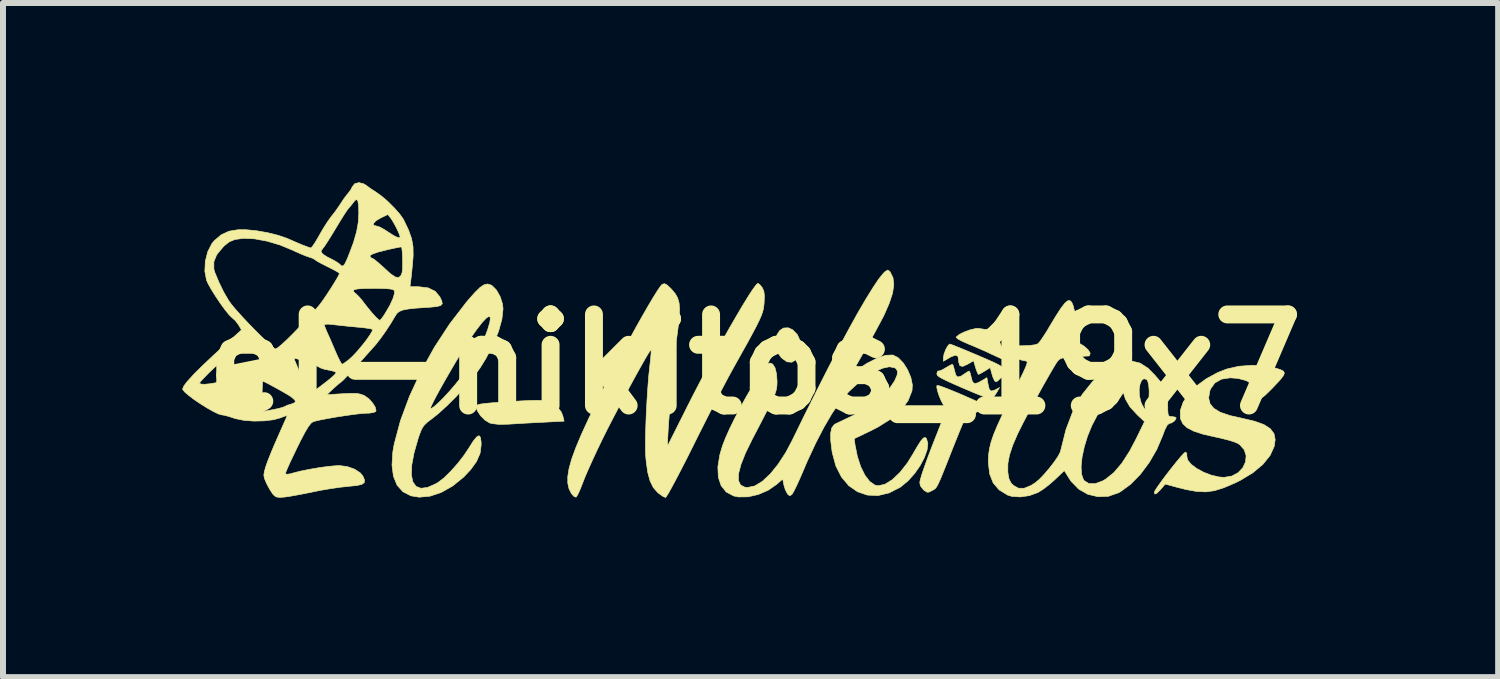
<source format=kicad_pcb>
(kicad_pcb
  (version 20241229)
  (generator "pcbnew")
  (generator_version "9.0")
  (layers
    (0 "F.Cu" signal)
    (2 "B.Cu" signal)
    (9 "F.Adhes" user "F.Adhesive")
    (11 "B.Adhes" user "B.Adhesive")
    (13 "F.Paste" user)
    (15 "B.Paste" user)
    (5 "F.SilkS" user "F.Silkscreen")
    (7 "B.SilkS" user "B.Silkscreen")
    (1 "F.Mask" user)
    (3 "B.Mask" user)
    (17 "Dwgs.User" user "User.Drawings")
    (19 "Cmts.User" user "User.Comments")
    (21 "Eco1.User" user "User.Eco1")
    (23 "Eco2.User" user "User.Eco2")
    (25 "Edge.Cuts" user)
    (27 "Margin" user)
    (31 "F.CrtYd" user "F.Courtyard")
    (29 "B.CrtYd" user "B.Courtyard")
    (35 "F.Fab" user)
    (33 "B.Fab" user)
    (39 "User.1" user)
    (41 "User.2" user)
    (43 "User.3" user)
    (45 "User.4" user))
  (footprint "el-nikitos_19x7"
    (layer "F.Cu")
    (at 9.572 3.045)
    (property "Reference" "el-nikitos_19x7" (at 0 0 0) (layer "F.SilkS") (effects (font (size 1.524 1.524) (thickness 0.3))))
    (attr through_hole)
    (fp_poly (pts (xy 0.638 -0.579) (xy 0.718 -0.497) (xy 0.766 -0.388) (xy 0.778 -0.269) (xy 0.753 -0.157) (xy 0.704 -0.083) (xy 0.626 -0.035) (xy 0.544 -0.042) (xy 0.455 -0.106) (xy 0.451 -0.109) (xy 0.386 -0.2) (xy 0.354 -0.301) (xy 0.352 -0.402) (xy 0.376 -0.493) (xy 0.422 -0.564) (xy 0.486 -0.607) (xy 0.565 -0.611) (xy 0.638 -0.579)) (stroke (width 0.01) (type solid)) (fill yes) (layer "F.SilkS"))
    (fp_poly (pts (xy 3.885 -0.58) (xy 4 -0.512) (xy 4.089 -0.396) (xy 4.108 -0.358) (xy 4.15 -0.255) (xy 4.173 -0.167) (xy 4.175 -0.107) (xy 4.156 -0.086) (xy 4.121 -0.099) (xy 4.052 -0.13) (xy 3.965 -0.17) (xy 3.852 -0.223) (xy 3.715 -0.283) (xy 3.583 -0.338) (xy 3.577 -0.341) (xy 3.48 -0.383) (xy 3.408 -0.422) (xy 3.375 -0.449) (xy 3.374 -0.455) (xy 3.422 -0.496) (xy 3.506 -0.539) (xy 3.605 -0.576) (xy 3.7 -0.598) (xy 3.739 -0.602) (xy 3.885 -0.58)) (stroke (width 0.01) (type solid)) (fill yes) (layer "F.SilkS"))
    (fp_poly (pts (xy -3.544 0.606) (xy -3.481 0.613) (xy -3.432 0.626) (xy -3.432 0.626) (xy -3.311 0.695) (xy -3.229 0.802) (xy -3.202 0.878) (xy -3.185 0.951) (xy -3.547 0.97) (xy -3.709 0.978) (xy -3.874 0.987) (xy -4.021 0.996) (xy -4.12 1.002) (xy -4.275 1.005) (xy -4.395 0.991) (xy -4.43 0.981) (xy -4.509 0.933) (xy -4.584 0.858) (xy -4.638 0.775) (xy -4.657 0.707) (xy -4.651 0.69) (xy -4.628 0.677) (xy -4.582 0.665) (xy -4.505 0.655) (xy -4.39 0.644) (xy -4.231 0.633) (xy -4.099 0.624) (xy -3.897 0.612) (xy -3.743 0.605) (xy -3.628 0.603) (xy -3.544 0.606)) (stroke (width 0.01) (type solid)) (fill yes) (layer "F.SilkS"))
    (fp_poly (pts (xy 3.299 -0.329) (xy 3.373 -0.3) (xy 3.482 -0.256) (xy 3.615 -0.2) (xy 3.732 -0.151) (xy 3.894 -0.081) (xy 4.012 -0.029) (xy 4.091 0.011) (xy 4.14 0.041) (xy 4.166 0.068) (xy 4.176 0.094) (xy 4.177 0.114) (xy 4.149 0.202) (xy 4.069 0.278) (xy 4.046 0.292) (xy 4.019 0.279) (xy 3.99 0.216) (xy 3.979 0.183) (xy 3.944 0.056) (xy 3.852 0.113) (xy 3.79 0.149) (xy 3.751 0.168) (xy 3.748 0.169) (xy 3.732 0.145) (xy 3.709 0.084) (xy 3.7 0.055) (xy 3.666 -0.06) (xy 3.564 -0.000168) (xy 3.485 0.035) (xy 3.438 0.024) (xy 3.418 -0.034) (xy 3.415 -0.076) (xy 3.403 -0.136) (xy 3.364 -0.153) (xy 3.293 -0.128) (xy 3.262 -0.11) (xy 3.161 -0.051) (xy 3.161 -0.112) (xy 3.172 -0.172) (xy 3.199 -0.244) (xy 3.233 -0.306) (xy 3.263 -0.338) (xy 3.267 -0.339) (xy 3.299 -0.329)) (stroke (width 0.01) (type solid)) (fill yes) (layer "F.SilkS"))
    (fp_poly (pts (xy 3.084 0.357) (xy 3.158 0.382) (xy 3.266 0.424) (xy 3.401 0.479) (xy 3.553 0.545) (xy 3.707 0.614) (xy 3.871 0.69) (xy 3.792 0.753) (xy 3.715 0.802) (xy 3.638 0.833) (xy 3.636 0.834) (xy 3.57 0.858) (xy 3.534 0.884) (xy 3.517 0.919) (xy 3.482 0.999) (xy 3.434 1.114) (xy 3.376 1.258) (xy 3.311 1.42) (xy 3.292 1.468) (xy 3.217 1.66) (xy 3.158 1.806) (xy 3.114 1.914) (xy 3.08 1.989) (xy 3.054 2.04) (xy 3.032 2.071) (xy 3.01 2.091) (xy 2.986 2.105) (xy 2.972 2.112) (xy 2.92 2.138) (xy 2.887 2.139) (xy 2.843 2.111) (xy 2.829 2.101) (xy 2.775 2.031) (xy 2.766 1.975) (xy 2.776 1.925) (xy 2.804 1.831) (xy 2.848 1.704) (xy 2.903 1.551) (xy 2.967 1.382) (xy 2.99 1.323) (xy 3.215 0.753) (xy 3.163 0.68) (xy 3.127 0.616) (xy 3.092 0.533) (xy 3.064 0.45) (xy 3.05 0.383) (xy 3.053 0.353) (xy 3.084 0.357)) (stroke (width 0.01) (type solid)) (fill yes) (layer "F.SilkS"))
    (fp_poly (pts (xy 3.327 0.025) (xy 3.343 0.085) (xy 3.346 0.099) (xy 3.369 0.182) (xy 3.403 0.213) (xy 3.458 0.197) (xy 3.497 0.171) (xy 3.555 0.132) (xy 3.59 0.113) (xy 3.592 0.113) (xy 3.606 0.137) (xy 3.622 0.198) (xy 3.625 0.211) (xy 3.647 0.292) (xy 3.681 0.323) (xy 3.74 0.309) (xy 3.791 0.281) (xy 3.889 0.223) (xy 3.909 0.337) (xy 3.928 0.417) (xy 3.958 0.447) (xy 4.011 0.435) (xy 4.042 0.42) (xy 4.101 0.388) (xy 4.047 0.481) (xy 4.005 0.543) (xy 3.97 0.579) (xy 3.965 0.581) (xy 3.929 0.574) (xy 3.853 0.548) (xy 3.75 0.507) (xy 3.655 0.468) (xy 3.46 0.385) (xy 3.312 0.32) (xy 3.204 0.27) (xy 3.13 0.233) (xy 3.084 0.205) (xy 3.06 0.182) (xy 3.052 0.162) (xy 3.053 0.149) (xy 3.067 0.113) (xy 3.077 0.112) (xy 3.107 0.108) (xy 3.166 0.079) (xy 3.192 0.063) (xy 3.259 0.024) (xy 3.304 0.002) (xy 3.311 0) (xy 3.327 0.025)) (stroke (width 0.01) (type solid)) (fill yes) (layer "F.SilkS"))
    (fp_poly (pts (xy 8.554 0.029) (xy 8.728 0.066) (xy 8.805 0.091) (xy 8.852 0.116) (xy 8.866 0.148) (xy 8.846 0.195) (xy 8.79 0.265) (xy 8.697 0.365) (xy 8.656 0.408) (xy 8.547 0.515) (xy 8.469 0.575) (xy 8.421 0.59) (xy 8.401 0.559) (xy 8.403 0.515) (xy 8.392 0.417) (xy 8.332 0.335) (xy 8.229 0.273) (xy 8.091 0.236) (xy 7.959 0.226) (xy 7.814 0.248) (xy 7.703 0.311) (xy 7.63 0.413) (xy 7.618 0.449) (xy 7.599 0.562) (xy 7.62 0.657) (xy 7.684 0.736) (xy 7.793 0.802) (xy 7.953 0.857) (xy 8.157 0.903) (xy 8.366 0.952) (xy 8.523 1.008) (xy 8.63 1.077) (xy 8.692 1.16) (xy 8.712 1.261) (xy 8.695 1.375) (xy 8.626 1.526) (xy 8.506 1.674) (xy 8.339 1.814) (xy 8.129 1.941) (xy 8.029 1.99) (xy 7.85 2.066) (xy 7.697 2.114) (xy 7.552 2.134) (xy 7.399 2.127) (xy 7.224 2.096) (xy 7.073 2.058) (xy 6.872 2.004) (xy 6.8 2.089) (xy 6.736 2.154) (xy 6.7 2.171) (xy 6.689 2.143) (xy 6.705 2.108) (xy 6.75 2.04) (xy 6.815 1.949) (xy 6.893 1.845) (xy 6.976 1.738) (xy 7.057 1.636) (xy 7.128 1.551) (xy 7.182 1.492) (xy 7.211 1.468) (xy 7.212 1.468) (xy 7.234 1.491) (xy 7.233 1.533) (xy 7.247 1.6) (xy 7.305 1.672) (xy 7.398 1.742) (xy 7.514 1.805) (xy 7.643 1.855) (xy 7.775 1.885) (xy 7.857 1.891) (xy 7.986 1.87) (xy 8.092 1.813) (xy 8.17 1.731) (xy 8.216 1.634) (xy 8.226 1.53) (xy 8.195 1.431) (xy 8.121 1.346) (xy 8.086 1.323) (xy 8.022 1.296) (xy 7.919 1.265) (xy 7.794 1.234) (xy 7.711 1.216) (xy 7.505 1.169) (xy 7.349 1.118) (xy 7.238 1.061) (xy 7.167 0.994) (xy 7.129 0.914) (xy 7.126 0.903) (xy 7.125 0.771) (xy 7.173 0.633) (xy 7.265 0.495) (xy 7.396 0.362) (xy 7.559 0.242) (xy 7.748 0.139) (xy 7.897 0.08) (xy 8.101 0.033) (xy 8.328 0.016) (xy 8.554 0.029)) (stroke (width 0.01) (type solid)) (fill yes) (layer "F.SilkS"))
    (fp_poly (pts (xy -4.409 -1.327) (xy -4.387 -1.314) (xy -4.316 -1.242) (xy -4.255 -1.134) (xy -4.216 -1.013) (xy -4.206 -0.93) (xy -4.225 -0.755) (xy -4.281 -0.552) (xy -4.372 -0.33) (xy -4.492 -0.099) (xy -4.588 0.057) (xy -4.694 0.202) (xy -4.83 0.365) (xy -4.983 0.532) (xy -5.141 0.69) (xy -5.289 0.825) (xy -5.387 0.903) (xy -5.474 0.969) (xy -5.531 1.025) (xy -5.571 1.09) (xy -5.607 1.183) (xy -5.626 1.24) (xy -5.695 1.481) (xy -5.733 1.683) (xy -5.74 1.845) (xy -5.716 1.965) (xy -5.662 2.042) (xy -5.58 2.074) (xy -5.469 2.06) (xy -5.33 1.998) (xy -5.293 1.976) (xy -5.196 1.902) (xy -5.084 1.793) (xy -4.967 1.662) (xy -4.859 1.523) (xy -4.781 1.406) (xy -4.704 1.284) (xy -4.646 1.214) (xy -4.607 1.194) (xy -4.583 1.224) (xy -4.573 1.304) (xy -4.572 1.347) (xy -4.59 1.488) (xy -4.649 1.625) (xy -4.752 1.767) (xy -4.867 1.888) (xy -5.048 2.035) (xy -5.237 2.142) (xy -5.427 2.206) (xy -5.609 2.223) (xy -5.748 2.2) (xy -5.881 2.132) (xy -5.979 2.022) (xy -6.04 1.872) (xy -6.064 1.686) (xy -6.05 1.465) (xy -6.027 1.335) (xy -5.922 0.942) (xy -5.844 0.732) (xy -5.419 0.732) (xy -5.402 0.737) (xy -5.356 0.705) (xy -5.287 0.644) (xy -5.203 0.56) (xy -5.111 0.461) (xy -5.018 0.354) (xy -4.93 0.245) (xy -4.912 0.222) (xy -4.751 -0.01) (xy -4.612 -0.247) (xy -4.503 -0.474) (xy -4.461 -0.587) (xy -4.426 -0.708) (xy -4.418 -0.78) (xy -4.437 -0.803) (xy -4.481 -0.779) (xy -4.551 -0.706) (xy -4.644 -0.587) (xy -4.741 -0.45) (xy -4.811 -0.343) (xy -4.893 -0.212) (xy -4.983 -0.065) (xy -5.075 0.091) (xy -5.165 0.247) (xy -5.248 0.394) (xy -5.32 0.525) (xy -5.375 0.631) (xy -5.41 0.704) (xy -5.419 0.732) (xy -5.844 0.732) (xy -5.771 0.535) (xy -5.58 0.122) (xy -5.355 -0.284) (xy -5.1 -0.674) (xy -4.821 -1.037) (xy -4.782 -1.083) (xy -4.673 -1.206) (xy -4.588 -1.288) (xy -4.521 -1.332) (xy -4.464 -1.344) (xy -4.409 -1.327)) (stroke (width 0.01) (type solid)) (fill yes) (layer "F.SilkS"))
    (fp_poly (pts (xy 0.09 -1.333) (xy 0.13 -1.283) (xy 0.157 -1.224) (xy 0.167 -1.145) (xy 0.162 -1.031) (xy 0.157 -0.977) (xy 0.149 -0.925) (xy 0.135 -0.872) (xy 0.113 -0.81) (xy 0.079 -0.734) (xy 0.032 -0.638) (xy -0.032 -0.517) (xy -0.115 -0.364) (xy -0.221 -0.175) (xy -0.351 0.058) (xy -0.366 0.085) (xy -0.436 0.213) (xy -0.526 0.383) (xy -0.631 0.583) (xy -0.744 0.803) (xy -0.861 1.034) (xy -0.977 1.265) (xy -1.024 1.36) (xy -1.126 1.564) (xy -1.222 1.751) (xy -1.307 1.915) (xy -1.38 2.051) (xy -1.436 2.152) (xy -1.474 2.212) (xy -1.488 2.228) (xy -1.528 2.212) (xy -1.59 2.168) (xy -1.622 2.142) (xy -1.693 2.06) (xy -1.746 1.952) (xy -1.785 1.809) (xy -1.811 1.623) (xy -1.82 1.524) (xy -1.824 1.404) (xy -1.823 1.241) (xy -1.818 1.046) (xy -1.81 0.831) (xy -1.798 0.608) (xy -1.784 0.391) (xy -1.768 0.19) (xy -1.75 0.019) (xy -1.748 0.004) (xy -1.736 -0.105) (xy -1.729 -0.19) (xy -1.729 -0.238) (xy -1.73 -0.244) (xy -1.747 -0.225) (xy -1.787 -0.162) (xy -1.845 -0.063) (xy -1.918 0.067) (xy -2.003 0.22) (xy -2.095 0.39) (xy -2.192 0.57) (xy -2.289 0.754) (xy -2.383 0.934) (xy -2.471 1.105) (xy -2.548 1.26) (xy -2.55 1.264) (xy -2.632 1.435) (xy -2.712 1.607) (xy -2.784 1.767) (xy -2.841 1.9) (xy -2.873 1.983) (xy -2.914 2.088) (xy -2.951 2.17) (xy -2.979 2.217) (xy -2.986 2.223) (xy -3.021 2.209) (xy -3.061 2.164) (xy -3.102 2.083) (xy -3.123 1.989) (xy -3.123 1.878) (xy -3.102 1.745) (xy -3.058 1.586) (xy -2.989 1.397) (xy -2.895 1.173) (xy -2.775 0.911) (xy -2.626 0.606) (xy -2.592 0.536) (xy -2.474 0.305) (xy -2.352 0.068) (xy -2.227 -0.167) (xy -2.104 -0.396) (xy -1.985 -0.613) (xy -1.873 -0.812) (xy -1.772 -0.987) (xy -1.685 -1.133) (xy -1.615 -1.244) (xy -1.565 -1.315) (xy -1.543 -1.338) (xy -1.507 -1.349) (xy -1.466 -1.331) (xy -1.408 -1.277) (xy -1.384 -1.252) (xy -1.326 -1.183) (xy -1.285 -1.111) (xy -1.261 -1.027) (xy -1.253 -0.922) (xy -1.259 -0.786) (xy -1.278 -0.61) (xy -1.295 -0.48) (xy -1.312 -0.348) (xy -1.331 -0.186) (xy -1.35 -0.003) (xy -1.369 0.195) (xy -1.388 0.399) (xy -1.406 0.601) (xy -1.421 0.794) (xy -1.435 0.971) (xy -1.445 1.123) (xy -1.451 1.242) (xy -1.453 1.322) (xy -1.45 1.354) (xy -1.449 1.355) (xy -1.436 1.331) (xy -1.402 1.263) (xy -1.349 1.158) (xy -1.282 1.024) (xy -1.203 0.867) (xy -1.147 0.755) (xy -1.036 0.535) (xy -0.917 0.306) (xy -0.793 0.072) (xy -0.667 -0.162) (xy -0.541 -0.389) (xy -0.42 -0.604) (xy -0.305 -0.802) (xy -0.201 -0.979) (xy -0.11 -1.127) (xy -0.035 -1.243) (xy 0.021 -1.32) (xy 0.054 -1.354) (xy 0.058 -1.355) (xy 0.09 -1.333)) (stroke (width 0.01) (type solid)) (fill yes) (layer "F.SilkS"))
    (fp_poly (pts (xy 2.262 -1.556) (xy 2.273 -1.541) (xy 2.318 -1.448) (xy 2.331 -1.333) (xy 2.311 -1.191) (xy 2.255 -1.021) (xy 2.165 -0.816) (xy 2.037 -0.575) (xy 2.016 -0.536) (xy 1.933 -0.389) (xy 1.852 -0.246) (xy 1.781 -0.12) (xy 1.727 -0.024) (xy 1.713 0) (xy 1.667 0.083) (xy 1.647 0.125) (xy 1.653 0.133) (xy 1.683 0.114) (xy 1.694 0.106) (xy 1.885 -0.018) (xy 2.054 -0.104) (xy 2.196 -0.151) (xy 2.308 -0.156) (xy 2.317 -0.155) (xy 2.405 -0.11) (xy 2.49 -0.023) (xy 2.562 0.091) (xy 2.616 0.218) (xy 2.642 0.344) (xy 2.636 0.442) (xy 2.57 0.609) (xy 2.454 0.765) (xy 2.286 0.912) (xy 2.065 1.05) (xy 1.928 1.12) (xy 1.669 1.244) (xy 1.683 1.348) (xy 1.722 1.542) (xy 1.778 1.714) (xy 1.848 1.855) (xy 1.928 1.96) (xy 2.014 2.02) (xy 2.072 2.032) (xy 2.185 2.006) (xy 2.307 1.93) (xy 2.433 1.81) (xy 2.558 1.652) (xy 2.653 1.498) (xy 2.729 1.367) (xy 2.785 1.28) (xy 2.826 1.234) (xy 2.855 1.224) (xy 2.878 1.242) (xy 2.901 1.324) (xy 2.888 1.434) (xy 2.842 1.561) (xy 2.771 1.696) (xy 2.678 1.829) (xy 2.57 1.949) (xy 2.452 2.047) (xy 2.441 2.055) (xy 2.252 2.152) (xy 2.066 2.196) (xy 1.889 2.188) (xy 1.725 2.132) (xy 1.579 2.031) (xy 1.456 1.886) (xy 1.362 1.701) (xy 1.302 1.478) (xy 1.297 1.449) (xy 1.276 1.276) (xy 1.275 1.151) (xy 1.293 1.065) (xy 1.332 1.012) (xy 1.355 0.997) (xy 1.411 0.97) (xy 1.503 0.926) (xy 1.614 0.873) (xy 1.67 0.846) (xy 1.839 0.753) (xy 2.002 0.64) (xy 2.149 0.515) (xy 2.268 0.391) (xy 2.344 0.28) (xy 2.387 0.181) (xy 2.394 0.116) (xy 2.367 0.072) (xy 2.343 0.057) (xy 2.257 0.041) (xy 2.145 0.065) (xy 2.013 0.123) (xy 1.87 0.211) (xy 1.723 0.324) (xy 1.58 0.456) (xy 1.45 0.603) (xy 1.427 0.633) (xy 1.3 0.818) (xy 1.164 1.05) (xy 1.024 1.32) (xy 0.884 1.621) (xy 0.817 1.778) (xy 0.759 1.912) (xy 0.706 2.029) (xy 0.662 2.118) (xy 0.633 2.168) (xy 0.629 2.173) (xy 0.595 2.199) (xy 0.564 2.181) (xy 0.549 2.161) (xy 0.515 2.095) (xy 0.491 2.013) (xy 0.473 1.919) (xy 0.372 2.008) (xy 0.229 2.107) (xy 0.064 2.178) (xy -0.107 2.217) (xy -0.268 2.219) (xy -0.349 2.202) (xy -0.472 2.136) (xy -0.557 2.031) (xy -0.604 1.89) (xy -0.612 1.716) (xy -0.579 1.513) (xy -0.536 1.367) (xy -0.485 1.235) (xy -0.417 1.082) (xy -0.335 0.914) (xy -0.245 0.739) (xy -0.15 0.566) (xy -0.055 0.401) (xy 0.036 0.253) (xy 0.118 0.13) (xy 0.187 0.038) (xy 0.238 -0.014) (xy 0.256 -0.022) (xy 0.304 -0.005) (xy 0.344 0.058) (xy 0.369 0.157) (xy 0.378 0.282) (xy 0.378 0.288) (xy 0.377 0.338) (xy 0.373 0.382) (xy 0.365 0.427) (xy 0.349 0.479) (xy 0.323 0.544) (xy 0.284 0.629) (xy 0.229 0.74) (xy 0.155 0.884) (xy 0.061 1.066) (xy -0.034 1.247) (xy -0.149 1.482) (xy -0.226 1.676) (xy -0.266 1.83) (xy -0.268 1.943) (xy -0.233 2.019) (xy -0.16 2.056) (xy -0.111 2.06) (xy 0.007 2.034) (xy 0.133 1.957) (xy 0.265 1.834) (xy 0.397 1.671) (xy 0.527 1.471) (xy 0.635 1.266) (xy 0.844 0.838) (xy 1.045 0.435) (xy 1.235 0.061) (xy 1.413 -0.281) (xy 1.579 -0.589) (xy 1.729 -0.86) (xy 1.864 -1.091) (xy 1.981 -1.28) (xy 2.078 -1.425) (xy 2.156 -1.522) (xy 2.187 -1.552) (xy 2.229 -1.577) (xy 2.262 -1.556)) (stroke (width 0.01) (type solid)) (fill yes) (layer "F.SilkS"))
    (fp_poly (pts (xy 5.307 -1.039) (xy 5.331 -0.984) (xy 5.357 -0.88) (xy 5.357 -0.774) (xy 5.332 -0.645) (xy 5.309 -0.569) (xy 5.257 -0.4) (xy 5.351 -0.382) (xy 5.432 -0.354) (xy 5.514 -0.304) (xy 5.58 -0.246) (xy 5.615 -0.192) (xy 5.616 -0.181) (xy 5.604 -0.144) (xy 5.595 -0.14) (xy 5.559 -0.138) (xy 5.481 -0.134) (xy 5.377 -0.128) (xy 5.348 -0.127) (xy 5.229 -0.119) (xy 5.152 -0.106) (xy 5.103 -0.084) (xy 5.075 -0.057) (xy 5.04 -0.006) (xy 4.985 0.086) (xy 4.914 0.209) (xy 4.831 0.355) (xy 4.743 0.514) (xy 4.654 0.678) (xy 4.569 0.837) (xy 4.494 0.981) (xy 4.433 1.103) (xy 4.405 1.159) (xy 4.32 1.355) (xy 4.267 1.517) (xy 4.24 1.659) (xy 4.239 1.792) (xy 4.24 1.812) (xy 4.258 1.915) (xy 4.292 1.984) (xy 4.333 2.026) (xy 4.417 2.073) (xy 4.512 2.074) (xy 4.625 2.028) (xy 4.699 1.981) (xy 4.768 1.923) (xy 4.851 1.836) (xy 4.938 1.734) (xy 4.956 1.71) (xy 5.465 1.71) (xy 5.472 1.838) (xy 5.504 1.929) (xy 5.516 1.946) (xy 5.596 1.995) (xy 5.701 1.997) (xy 5.825 1.951) (xy 5.877 1.921) (xy 6.014 1.811) (xy 6.147 1.655) (xy 6.278 1.451) (xy 6.384 1.25) (xy 6.526 0.959) (xy 6.399 0.839) (xy 6.282 0.711) (xy 6.207 0.583) (xy 6.166 0.452) (xy 6.159 0.416) (xy 6.437 0.416) (xy 6.439 0.514) (xy 6.46 0.613) (xy 6.48 0.666) (xy 6.521 0.738) (xy 6.552 0.756) (xy 6.575 0.72) (xy 6.586 0.674) (xy 6.601 0.562) (xy 6.604 0.447) (xy 6.596 0.346) (xy 6.578 0.276) (xy 6.565 0.256) (xy 6.517 0.24) (xy 6.478 0.268) (xy 6.451 0.331) (xy 6.437 0.416) (xy 6.159 0.416) (xy 6.145 0.353) (xy 5.986 0.526) (xy 5.895 0.633) (xy 5.805 0.75) (xy 5.736 0.853) (xy 5.733 0.857) (xy 5.646 1.023) (xy 5.573 1.201) (xy 5.518 1.381) (xy 5.481 1.554) (xy 5.465 1.71) (xy 4.956 1.71) (xy 5.018 1.63) (xy 5.081 1.537) (xy 5.117 1.467) (xy 5.121 1.453) (xy 5.212 1.091) (xy 5.332 0.775) (xy 5.482 0.506) (xy 5.66 0.285) (xy 5.867 0.111) (xy 6.002 0.033) (xy 6.169 -0.034) (xy 6.317 -0.053) (xy 6.452 -0.02) (xy 6.584 0.065) (xy 6.696 0.178) (xy 6.791 0.289) (xy 6.853 0.374) (xy 6.89 0.448) (xy 6.908 0.527) (xy 6.914 0.625) (xy 6.914 0.675) (xy 6.915 0.779) (xy 6.921 0.839) (xy 6.937 0.867) (xy 6.965 0.874) (xy 6.985 0.875) (xy 7.038 0.883) (xy 7.056 0.897) (xy 7.032 0.943) (xy 6.981 0.979) (xy 6.943 0.988) (xy 6.907 1.015) (xy 6.865 1.096) (xy 6.831 1.188) (xy 6.733 1.42) (xy 6.605 1.642) (xy 6.456 1.841) (xy 6.292 2.008) (xy 6.124 2.131) (xy 6.093 2.148) (xy 5.922 2.208) (xy 5.747 2.215) (xy 5.578 2.175) (xy 5.425 2.088) (xy 5.298 1.958) (xy 5.27 1.916) (xy 5.184 1.778) (xy 5.025 1.93) (xy 4.929 2.014) (xy 4.828 2.091) (xy 4.745 2.143) (xy 4.744 2.144) (xy 4.598 2.197) (xy 4.445 2.219) (xy 4.303 2.209) (xy 4.234 2.187) (xy 4.093 2.1) (xy 3.994 1.984) (xy 3.935 1.834) (xy 3.913 1.644) (xy 3.913 1.609) (xy 3.918 1.51) (xy 3.932 1.411) (xy 3.958 1.304) (xy 3.999 1.182) (xy 4.058 1.039) (xy 4.137 0.866) (xy 4.238 0.657) (xy 4.344 0.444) (xy 4.43 0.273) (xy 4.493 0.146) (xy 4.534 0.056) (xy 4.557 -0.003) (xy 4.563 -0.037) (xy 4.555 -0.053) (xy 4.537 -0.056) (xy 4.468 -0.07) (xy 4.381 -0.104) (xy 4.298 -0.148) (xy 4.238 -0.193) (xy 4.222 -0.216) (xy 4.214 -0.259) (xy 4.234 -0.287) (xy 4.292 -0.303) (xy 4.393 -0.31) (xy 4.469 -0.31) (xy 4.603 -0.315) (xy 4.7 -0.328) (xy 4.746 -0.346) (xy 4.778 -0.384) (xy 4.83 -0.459) (xy 4.894 -0.559) (xy 4.939 -0.635) (xy 5.044 -0.809) (xy 5.126 -0.936) (xy 5.19 -1.019) (xy 5.239 -1.062) (xy 5.277 -1.067) (xy 5.307 -1.039)) (stroke (width 0.01) (type solid)) (fill yes) (layer "F.SilkS"))
    (fp_poly (pts (xy -6.537 -3.02) (xy -6.496 -2.994) (xy -6.414 -2.934) (xy -6.337 -2.885) (xy -6.243 -2.818) (xy -6.134 -2.725) (xy -6.027 -2.618) (xy -5.935 -2.514) (xy -5.873 -2.426) (xy -5.869 -2.418) (xy -5.787 -2.247) (xy -5.736 -2.103) (xy -5.712 -1.967) (xy -5.71 -1.823) (xy -5.712 -1.784) (xy -5.723 -1.656) (xy -5.735 -1.53) (xy -5.746 -1.432) (xy -5.763 -1.298) (xy -5.618 -1.298) (xy -5.459 -1.279) (xy -5.34 -1.221) (xy -5.264 -1.13) (xy -5.231 -1.061) (xy -5.223 -1.014) (xy -5.247 -0.985) (xy -5.309 -0.967) (xy -5.417 -0.956) (xy -5.496 -0.951) (xy -5.669 -0.939) (xy -5.795 -0.925) (xy -5.883 -0.908) (xy -5.942 -0.884) (xy -5.981 -0.852) (xy -6.008 -0.812) (xy -6.08 -0.691) (xy -6.166 -0.559) (xy -6.253 -0.436) (xy -6.327 -0.341) (xy -6.333 -0.333) (xy -6.471 -0.178) (xy -6.599 -0.035) (xy -6.713 0.089) (xy -6.806 0.189) (xy -6.874 0.259) (xy -6.911 0.293) (xy -6.912 0.293) (xy -6.956 0.327) (xy -7.021 0.384) (xy -7.053 0.413) (xy -7.154 0.508) (xy -6.886 0.492) (xy -6.752 0.486) (xy -6.658 0.487) (xy -6.591 0.499) (xy -6.534 0.52) (xy -6.52 0.527) (xy -6.45 0.578) (xy -6.388 0.647) (xy -6.344 0.717) (xy -6.331 0.775) (xy -6.335 0.789) (xy -6.372 0.806) (xy -6.445 0.817) (xy -6.489 0.818) (xy -6.572 0.823) (xy -6.692 0.837) (xy -6.835 0.857) (xy -6.987 0.88) (xy -7.134 0.906) (xy -7.261 0.93) (xy -7.354 0.952) (xy -7.386 0.962) (xy -7.421 0.988) (xy -7.465 1.045) (xy -7.521 1.139) (xy -7.593 1.276) (xy -7.649 1.389) (xy -7.716 1.529) (xy -7.774 1.651) (xy -7.817 1.748) (xy -7.842 1.809) (xy -7.846 1.824) (xy -7.829 1.84) (xy -7.774 1.834) (xy -7.712 1.817) (xy -7.591 1.786) (xy -7.44 1.756) (xy -7.277 1.728) (xy -7.121 1.707) (xy -6.991 1.696) (xy -6.943 1.694) (xy -6.812 1.711) (xy -6.69 1.754) (xy -6.594 1.817) (xy -6.551 1.87) (xy -6.524 1.934) (xy -6.528 1.979) (xy -6.569 2.009) (xy -6.653 2.028) (xy -6.787 2.041) (xy -6.792 2.042) (xy -6.926 2.056) (xy -7.091 2.08) (xy -7.263 2.109) (xy -7.38 2.133) (xy -7.527 2.163) (xy -7.67 2.19) (xy -7.789 2.211) (xy -7.862 2.221) (xy -7.951 2.227) (xy -8.005 2.217) (xy -8.044 2.186) (xy -8.061 2.166) (xy -8.108 2.095) (xy -8.157 2.004) (xy -8.169 1.978) (xy -8.198 1.908) (xy -8.208 1.855) (xy -8.199 1.793) (xy -8.173 1.703) (xy -8.142 1.616) (xy -8.093 1.493) (xy -8.034 1.352) (xy -7.971 1.208) (xy -7.97 1.206) (xy -7.914 1.079) (xy -7.867 0.973) (xy -7.833 0.896) (xy -7.818 0.859) (xy -7.818 0.857) (xy -7.841 0.862) (xy -7.898 0.883) (xy -7.922 0.893) (xy -8.044 0.927) (xy -8.201 0.946) (xy -8.373 0.95) (xy -8.538 0.938) (xy -8.677 0.91) (xy -8.701 0.903) (xy -8.795 0.872) (xy -8.872 0.852) (xy -8.907 0.847) (xy -8.964 0.832) (xy -9.05 0.791) (xy -9.155 0.732) (xy -9.264 0.663) (xy -8.843 0.663) (xy -8.833 0.708) (xy -8.794 0.734) (xy -8.716 0.752) (xy -8.639 0.762) (xy -8.527 0.777) (xy -8.459 0.784) (xy -8.424 0.785) (xy -8.412 0.779) (xy -8.41 0.767) (xy -8.41 0.766) (xy -8.43 0.737) (xy -8.483 0.685) (xy -8.526 0.648) (xy -8.239 0.648) (xy -8.237 0.735) (xy -8.234 0.784) (xy -8.232 0.79) (xy -8.202 0.786) (xy -8.132 0.773) (xy -8.056 0.759) (xy -7.961 0.739) (xy -7.889 0.719) (xy -7.86 0.707) (xy -7.813 0.684) (xy -7.754 0.667) (xy -7.698 0.645) (xy -7.676 0.622) (xy -7.697 0.59) (xy -7.748 0.546) (xy -7.754 0.541) (xy -7.805 0.509) (xy -7.884 0.463) (xy -7.978 0.41) (xy -8.072 0.359) (xy -8.154 0.315) (xy -8.21 0.288) (xy -8.226 0.282) (xy -8.23 0.308) (xy -8.234 0.378) (xy -8.237 0.48) (xy -8.238 0.536) (xy -8.239 0.648) (xy -8.526 0.648) (xy -8.544 0.632) (xy -8.654 0.542) (xy -8.728 0.485) (xy -8.774 0.461) (xy -8.801 0.469) (xy -8.817 0.507) (xy -8.83 0.574) (xy -8.833 0.592) (xy -8.843 0.663) (xy -9.264 0.663) (xy -9.266 0.662) (xy -9.375 0.589) (xy -9.468 0.518) (xy -9.536 0.459) (xy -9.567 0.418) (xy -9.567 0.413) (xy -9.545 0.361) (xy -9.511 0.316) (xy -9.285 0.316) (xy -9.26 0.331) (xy -9.196 0.334) (xy -9.107 0.325) (xy -9.008 0.308) (xy -8.915 0.283) (xy -8.864 0.265) (xy -8.708 0.195) (xy -8.587 0.138) (xy -8.487 0.084) (xy -8.39 0.026) (xy -8.317 -0.022) (xy -8.2 -0.1) (xy -7.699 -0.1) (xy -7.694 -0.071) (xy -7.67 -0.014) (xy -7.668 -0.01) (xy -7.632 0.077) (xy -7.606 0.168) (xy -7.585 0.248) (xy -7.563 0.307) (xy -7.562 0.31) (xy -7.539 0.37) (xy -7.522 0.43) (xy -7.501 0.487) (xy -7.476 0.508) (xy -7.44 0.492) (xy -7.373 0.45) (xy -7.29 0.39) (xy -7.284 0.385) (xy -7.157 0.288) (xy -7.071 0.218) (xy -7.021 0.171) (xy -7 0.143) (xy -6.999 0.137) (xy -7.024 0.121) (xy -7.087 0.104) (xy -7.119 0.098) (xy -7.2 0.081) (xy -7.258 0.061) (xy -7.268 0.055) (xy -7.308 0.034) (xy -7.38 0.003) (xy -7.471 -0.031) (xy -7.563 -0.063) (xy -7.641 -0.088) (xy -7.69 -0.101) (xy -7.699 -0.1) (xy -8.2 -0.1) (xy -8.125 -0.15) (xy -8.245 -0.272) (xy -8.335 -0.357) (xy -8.404 -0.401) (xy -8.465 -0.407) (xy -8.533 -0.379) (xy -8.57 -0.355) (xy -8.633 -0.308) (xy -8.719 -0.235) (xy -8.82 -0.145) (xy -8.928 -0.046) (xy -9.035 0.054) (xy -9.133 0.148) (xy -9.212 0.229) (xy -9.266 0.287) (xy -9.285 0.316) (xy -9.511 0.316) (xy -9.48 0.277) (xy -9.373 0.16) (xy -9.225 0.014) (xy -9.039 -0.162) (xy -8.909 -0.28) (xy -8.582 -0.575) (xy -8.63 -0.658) (xy -8.684 -0.73) (xy -8.743 -0.783) (xy -8.79 -0.829) (xy -8.856 -0.911) (xy -8.933 -1.016) (xy -9.011 -1.132) (xy -9.082 -1.245) (xy -9.138 -1.344) (xy -9.167 -1.408) (xy -9.195 -1.558) (xy -9.193 -1.593) (xy -9.044 -1.593) (xy -9.029 -1.54) (xy -8.958 -1.37) (xy -8.879 -1.208) (xy -8.799 -1.071) (xy -8.75 -1.002) (xy -8.678 -0.916) (xy -8.585 -0.813) (xy -8.48 -0.7) (xy -8.37 -0.586) (xy -8.262 -0.478) (xy -8.165 -0.384) (xy -8.085 -0.31) (xy -8.031 -0.266) (xy -8.012 -0.257) (xy -7.978 -0.275) (xy -7.913 -0.328) (xy -7.825 -0.409) (xy -7.723 -0.51) (xy -7.659 -0.576) (xy -7.578 -0.662) (xy -7.197 -0.662) (xy -7.186 -0.625) (xy -7.158 -0.555) (xy -7.138 -0.51) (xy -7.098 -0.422) (xy -7.066 -0.348) (xy -7.056 -0.325) (xy -7.006 -0.206) (xy -6.96 -0.105) (xy -6.923 -0.033) (xy -6.901 -0.001) (xy -6.899 0) (xy -6.869 -0.016) (xy -6.812 -0.057) (xy -6.777 -0.085) (xy -6.715 -0.143) (xy -6.641 -0.223) (xy -6.564 -0.314) (xy -6.492 -0.406) (xy -6.434 -0.489) (xy -6.396 -0.552) (xy -6.388 -0.584) (xy -6.389 -0.584) (xy -6.423 -0.595) (xy -6.5 -0.607) (xy -6.606 -0.619) (xy -6.654 -0.623) (xy -6.789 -0.636) (xy -6.923 -0.65) (xy -7.032 -0.662) (xy -7.048 -0.665) (xy -7.131 -0.672) (xy -7.185 -0.669) (xy -7.197 -0.662) (xy -7.578 -0.662) (xy -7.546 -0.696) (xy -7.439 -0.81) (xy -7.35 -0.91) (xy -7.285 -0.983) (xy -7.267 -1.006) (xy -7.216 -1.076) (xy -7.154 -1.167) (xy -7.114 -1.228) (xy -6.712 -1.228) (xy -6.69 -1.198) (xy -6.666 -1.18) (xy -6.62 -1.135) (xy -6.56 -1.065) (xy -6.534 -1.03) (xy -6.467 -0.944) (xy -6.397 -0.86) (xy -6.333 -0.789) (xy -6.285 -0.745) (xy -6.267 -0.735) (xy -6.244 -0.757) (xy -6.203 -0.813) (xy -6.174 -0.859) (xy -6.101 -0.984) (xy -6.049 -1.096) (xy -6.022 -1.184) (xy -6.023 -1.231) (xy -6.043 -1.248) (xy -6.091 -1.26) (xy -6.177 -1.267) (xy -6.308 -1.27) (xy -6.377 -1.27) (xy -6.534 -1.268) (xy -6.639 -1.261) (xy -6.696 -1.249) (xy -6.712 -1.228) (xy -7.114 -1.228) (xy -7.088 -1.268) (xy -7.027 -1.366) (xy -6.977 -1.449) (xy -6.948 -1.505) (xy -6.943 -1.52) (xy -6.966 -1.54) (xy -7.029 -1.576) (xy -7.118 -1.622) (xy -7.141 -1.633) (xy -7.236 -1.681) (xy -7.31 -1.721) (xy -7.349 -1.747) (xy -7.352 -1.75) (xy -7.387 -1.772) (xy -7.443 -1.791) (xy -7.507 -1.813) (xy -7.601 -1.852) (xy -7.693 -1.894) (xy -7.253 -1.894) (xy -7.226 -1.847) (xy -7.145 -1.794) (xy -7.111 -1.778) (xy -7.026 -1.734) (xy -6.961 -1.693) (xy -6.938 -1.674) (xy -6.906 -1.645) (xy -6.878 -1.648) (xy -6.847 -1.69) (xy -6.807 -1.778) (xy -6.793 -1.813) (xy -6.435 -1.813) (xy -6.414 -1.781) (xy -6.402 -1.778) (xy -6.368 -1.76) (xy -6.305 -1.71) (xy -6.225 -1.639) (xy -6.19 -1.607) (xy -6.084 -1.511) (xy -6.006 -1.46) (xy -5.951 -1.452) (xy -5.914 -1.485) (xy -5.895 -1.534) (xy -5.888 -1.589) (xy -5.886 -1.675) (xy -5.887 -1.773) (xy -5.891 -1.866) (xy -5.898 -1.936) (xy -5.906 -1.964) (xy -5.935 -1.961) (xy -6.005 -1.947) (xy -6.107 -1.925) (xy -6.173 -1.909) (xy -6.299 -1.877) (xy -6.388 -1.846) (xy -6.431 -1.82) (xy -6.435 -1.813) (xy -6.793 -1.813) (xy -6.71 -2.032) (xy -6.656 -2.218) (xy -6.631 -2.358) (xy -6.373 -2.358) (xy -6.372 -2.326) (xy -6.325 -2.314) (xy -6.274 -2.299) (xy -6.197 -2.258) (xy -6.134 -2.217) (xy -6.04 -2.156) (xy -5.969 -2.122) (xy -5.931 -2.118) (xy -5.927 -2.127) (xy -5.939 -2.171) (xy -5.971 -2.245) (xy -6.013 -2.328) (xy -6.055 -2.401) (xy -6.073 -2.429) (xy -6.132 -2.507) (xy -6.255 -2.448) (xy -6.333 -2.401) (xy -6.373 -2.358) (xy -6.631 -2.358) (xy -6.627 -2.384) (xy -6.619 -2.532) (xy -6.623 -2.659) (xy -6.635 -2.734) (xy -6.656 -2.759) (xy -6.688 -2.737) (xy -6.704 -2.716) (xy -6.753 -2.653) (xy -6.787 -2.615) (xy -6.816 -2.577) (xy -6.867 -2.5) (xy -6.932 -2.396) (xy -7.005 -2.275) (xy -7.013 -2.262) (xy -7.085 -2.143) (xy -7.149 -2.042) (xy -7.197 -1.969) (xy -7.225 -1.934) (xy -7.226 -1.932) (xy -7.253 -1.894) (xy -7.693 -1.894) (xy -7.707 -1.9) (xy -7.719 -1.906) (xy -7.934 -1.995) (xy -8.152 -2.06) (xy -8.361 -2.099) (xy -8.548 -2.108) (xy -8.692 -2.088) (xy -8.787 -2.049) (xy -8.876 -1.978) (xy -8.97 -1.867) (xy -8.998 -1.829) (xy -9.044 -1.718) (xy -9.044 -1.593) (xy -9.193 -1.593) (xy -9.187 -1.722) (xy -9.147 -1.882) (xy -9.078 -2.018) (xy -9.038 -2.067) (xy -8.921 -2.167) (xy -8.791 -2.227) (xy -8.636 -2.252) (xy -8.507 -2.252) (xy -8.332 -2.235) (xy -8.144 -2.202) (xy -7.967 -2.158) (xy -7.821 -2.108) (xy -7.803 -2.1) (xy -7.682 -2.047) (xy -7.571 -2) (xy -7.482 -1.966) (xy -7.429 -1.948) (xy -7.421 -1.947) (xy -7.397 -1.97) (xy -7.354 -2.032) (xy -7.301 -2.121) (xy -7.277 -2.164) (xy -7.212 -2.276) (xy -7.147 -2.378) (xy -7.093 -2.454) (xy -7.083 -2.468) (xy -7.021 -2.546) (xy -6.954 -2.641) (xy -6.929 -2.679) (xy -6.873 -2.764) (xy -6.819 -2.836) (xy -6.798 -2.86) (xy -6.752 -2.922) (xy -6.729 -2.968) (xy -6.687 -3.022) (xy -6.617 -3.04) (xy -6.537 -3.02)) (stroke (width 0.01) (type solid)) (fill yes) (layer "F.SilkS")))
  (gr_rect
    (start -3 -3)
    (end 22.014 8.278)
    (stroke (width 0.1) (type default))
    (fill no)
    (layer "Edge.Cuts")))
</source>
